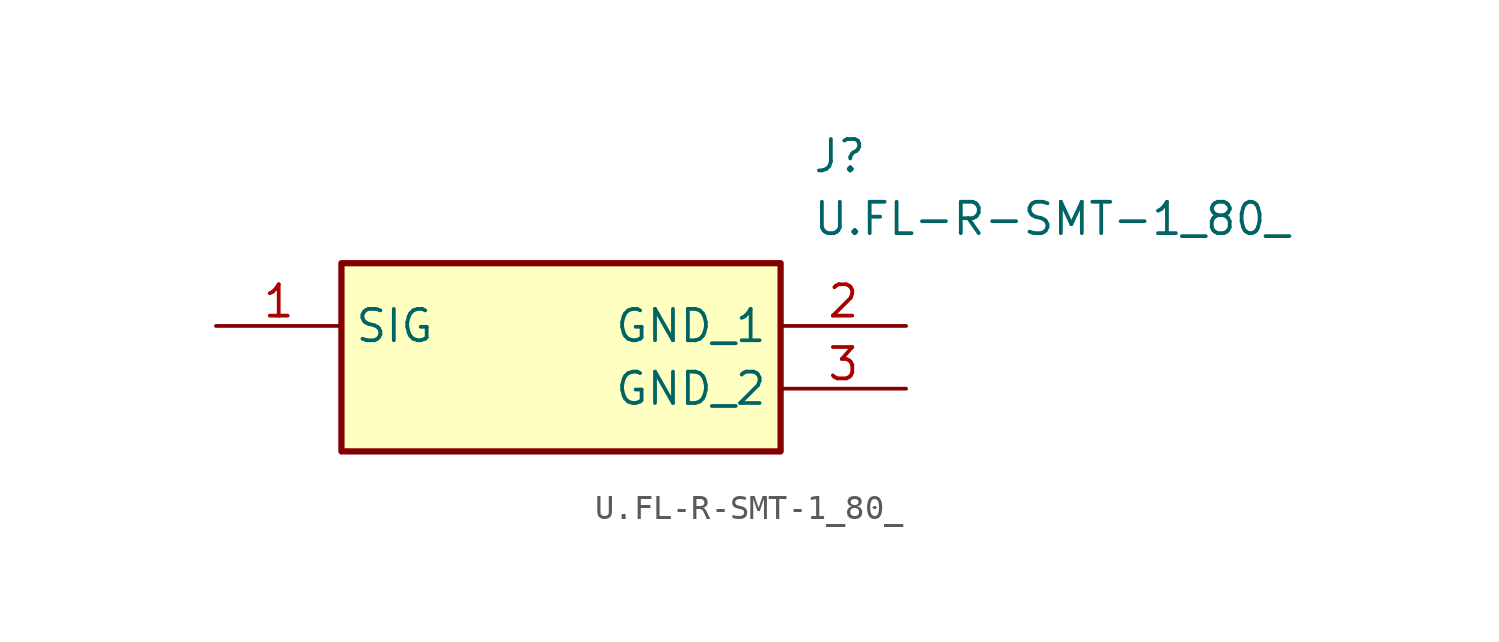
<source format=kicad_sym>
(kicad_symbol_lib
  (version 20211014)
  (generator SamacSys_ECAD_Model)
  (symbol "U.FL-R-SMT-1_80_"
    (property "Reference" "J"
      (at 24.13 7.62 0)
      (effects (font (size 1.27 1.27)) (justify left top)))
    (property "Value" "U.FL-R-SMT-1_80_"
      (at 24.13 5.08 0)
      (effects (font (size 1.27 1.27)) (justify left top)))
    (rectangle
      (start 5.08 2.54)
      (end 22.86 -5.08)
      (stroke (width 0.254) (type default))
      (fill (type background)))
    (pin passive line
      (at 0 0 0)
      (length 5.08)
      (name "SIG" (effects (font (size 1.27 1.27))))
      (number "1" (effects (font (size 1.27 1.27)))))
    (pin passive line
      (at 27.94 0 180)
      (length 5.08)
      (name "GND_1" (effects (font (size 1.27 1.27))))
      (number "2" (effects (font (size 1.27 1.27)))))
    (pin passive line
      (at 27.94 -2.54 180)
      (length 5.08)
      (name "GND_2" (effects (font (size 1.27 1.27))))
      (number "3" (effects (font (size 1.27 1.27)))))))
</source>
